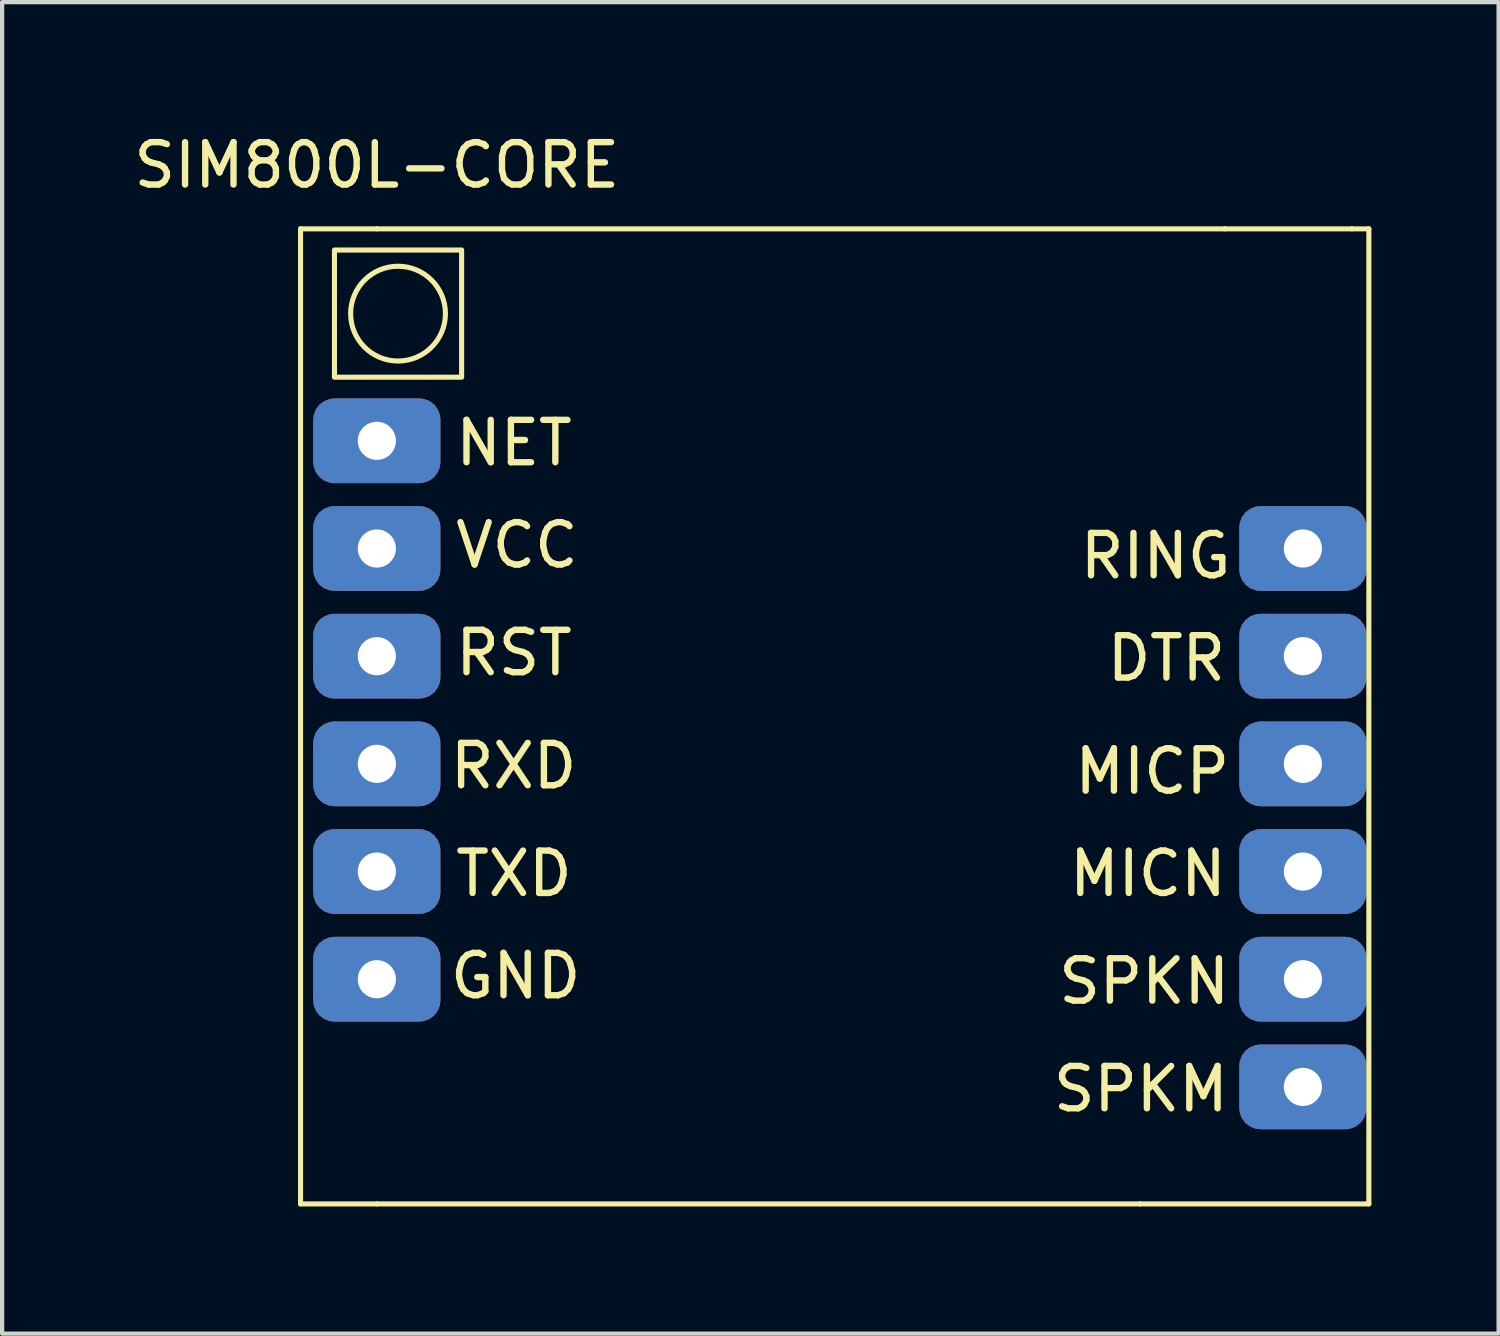
<source format=kicad_pcb>
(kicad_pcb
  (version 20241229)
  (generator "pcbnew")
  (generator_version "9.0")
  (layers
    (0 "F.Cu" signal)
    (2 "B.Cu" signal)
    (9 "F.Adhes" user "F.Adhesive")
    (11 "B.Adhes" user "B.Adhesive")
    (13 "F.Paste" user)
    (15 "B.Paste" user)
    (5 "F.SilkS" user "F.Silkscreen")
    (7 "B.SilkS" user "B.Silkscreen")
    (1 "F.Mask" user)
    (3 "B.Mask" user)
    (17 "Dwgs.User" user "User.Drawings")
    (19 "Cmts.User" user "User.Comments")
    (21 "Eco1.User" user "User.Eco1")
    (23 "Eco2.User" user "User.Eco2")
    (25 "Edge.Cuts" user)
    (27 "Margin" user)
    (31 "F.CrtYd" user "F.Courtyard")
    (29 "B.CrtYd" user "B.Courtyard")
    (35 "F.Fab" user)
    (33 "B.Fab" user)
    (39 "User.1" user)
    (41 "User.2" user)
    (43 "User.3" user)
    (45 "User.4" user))
  (footprint "SIM800L-CORE"
    (layer "F.Cu")
    (at 5.839 7.348)
    (property "Reference" "SIM800L-CORE" (at 0 -6.5 0) (unlocked yes) (layer "F.SilkS") (effects (font (size 1 1) (thickness 0.15))))
    (fp_line (start -1.8 10.8) (end -1.8 -5) (stroke (width 0.12) (type solid)) (layer "F.SilkS"))
    (fp_line (start -1.8 10.8) (end -1.8 18) (stroke (width 0.12) (type solid)) (layer "F.SilkS"))
    (fp_line (start -1.8 18) (end 0 18) (stroke (width 0.12) (type solid)) (layer "F.SilkS"))
    (fp_line (start 0 -5) (end -1.8 -5) (stroke (width 0.12) (type solid)) (layer "F.SilkS"))
    (fp_line (start 0 -5) (end 20 -5) (stroke (width 0.12) (type solid)) (layer "F.SilkS"))
    (fp_line (start 0 18) (end 18 18) (stroke (width 0.12) (type solid)) (layer "F.SilkS"))
    (fp_line (start 18 18) (end 23.4 18) (stroke (width 0.12) (type solid)) (layer "F.SilkS"))
    (fp_line (start 20 -5) (end 23 -5) (stroke (width 0.12) (type solid)) (layer "F.SilkS"))
    (fp_line (start 23.4 -5) (end 23 -5) (stroke (width 0.12) (type solid)) (layer "F.SilkS"))
    (fp_line (start 23.4 18) (end 23.4 -5) (stroke (width 0.12) (type solid)) (layer "F.SilkS"))
    (fp_rect (start -1 -4.5) (end 2 -1.5) (stroke (width 0.12) (type solid)) (fill no) (layer "F.SilkS"))
    (fp_circle (center 0.5 -3) (end 1.5 -2.5) (stroke (width 0.12) (type solid)) (fill no) (layer "F.SilkS"))
    (fp_text user "RST" (at 1.778 5.588 0) (unlocked yes) (layer "F.SilkS") (effects (font (size 1 1) (thickness 0.15)) (justify left bottom)))
    (fp_text user "DTR" (at 17.145 5.715 0) (unlocked yes) (layer "F.SilkS") (effects (font (size 1 1) (thickness 0.15)) (justify left bottom)))
    (fp_text user "RING" (at 16.51 3.302 0) (unlocked yes) (layer "F.SilkS") (effects (font (size 1 1) (thickness 0.15)) (justify left bottom)))
    (fp_text user "MICN" (at 16.256 10.795 0) (unlocked yes) (layer "F.SilkS") (effects (font (size 1 1) (thickness 0.15)) (justify left bottom)))
    (fp_text user "MICP" (at 16.383 8.382 0) (unlocked yes) (layer "F.SilkS") (effects (font (size 1 1) (thickness 0.15)) (justify left bottom)))
    (fp_text user "GND" (at 1.651 13.208 0) (unlocked yes) (layer "F.SilkS") (effects (font (size 1 1) (thickness 0.15)) (justify left bottom)))
    (fp_text user "SPKM" (at 15.875 15.875 0) (unlocked yes) (layer "F.SilkS") (effects (font (size 1 1) (thickness 0.15)) (justify left bottom)))
    (fp_text user "RXD" (at 1.651 8.255 0) (unlocked yes) (layer "F.SilkS") (effects (font (size 1 1) (thickness 0.15)) (justify left bottom)))
    (fp_text user "NET" (at 1.778 0.635 0) (unlocked yes) (layer "F.SilkS") (effects (font (size 1 1) (thickness 0.15)) (justify left bottom)))
    (fp_text user "SPKN" (at 16.002 13.335 0) (unlocked yes) (layer "F.SilkS") (effects (font (size 1 1) (thickness 0.15)) (justify left bottom)))
    (fp_text user "TXD" (at 1.778 10.795 0) (unlocked yes) (layer "F.SilkS") (effects (font (size 1 1) (thickness 0.15)) (justify left bottom)))
    (fp_text user "VCC" (at 1.778 3.048 0) (unlocked yes) (layer "F.SilkS") (effects (font (size 1 1) (thickness 0.15)) (justify left bottom)))
    (pad "1" thru_hole roundrect (at 0 0) (size 3 2) (drill 0.9) (layers "*.Cu" "*.Mask") (roundrect_rratio 0.25))
    (pad "2" thru_hole roundrect (at 0 2.54) (size 3 2) (drill 0.9) (layers "*.Cu" "*.Mask") (roundrect_rratio 0.25))
    (pad "3" thru_hole roundrect (at 0 5.08) (size 3 2) (drill 0.9) (layers "*.Cu" "*.Mask") (roundrect_rratio 0.25))
    (pad "4" thru_hole roundrect (at 0 7.62) (size 3 2) (drill 0.9) (layers "*.Cu" "*.Mask") (roundrect_rratio 0.25))
    (pad "5" thru_hole roundrect (at 0 10.16) (size 3 2) (drill 0.9) (layers "*.Cu" "*.Mask") (roundrect_rratio 0.25))
    (pad "6" thru_hole roundrect (at 0 12.7) (size 3 2) (drill 0.9) (layers "*.Cu" "*.Mask") (roundrect_rratio 0.25))
    (pad "7" thru_hole roundrect (at 21.844 15.24) (size 3 2) (drill 0.9) (layers "*.Cu" "*.Mask") (roundrect_rratio 0.25))
    (pad "8" thru_hole roundrect (at 21.844 12.7) (size 3 2) (drill 0.9) (layers "*.Cu" "*.Mask") (roundrect_rratio 0.25))
    (pad "9" thru_hole roundrect (at 21.844 10.16) (size 3 2) (drill 0.9) (layers "*.Cu" "*.Mask") (roundrect_rratio 0.25))
    (pad "10" thru_hole roundrect (at 21.844 7.62) (size 3 2) (drill 0.9) (layers "*.Cu" "*.Mask") (roundrect_rratio 0.25))
    (pad "11" thru_hole roundrect (at 21.844 5.08) (size 3 2) (drill 0.9) (layers "*.Cu" "*.Mask") (roundrect_rratio 0.25))
    (pad "12" thru_hole roundrect (at 21.844 2.54) (size 3 2) (drill 0.9) (layers "*.Cu" "*.Mask") (roundrect_rratio 0.25)))
  (gr_rect
    (start -3 -3)
    (end 32.299 28.408)
    (stroke (width 0.1) (type default))
    (fill no)
    (layer "Edge.Cuts")))
</source>
